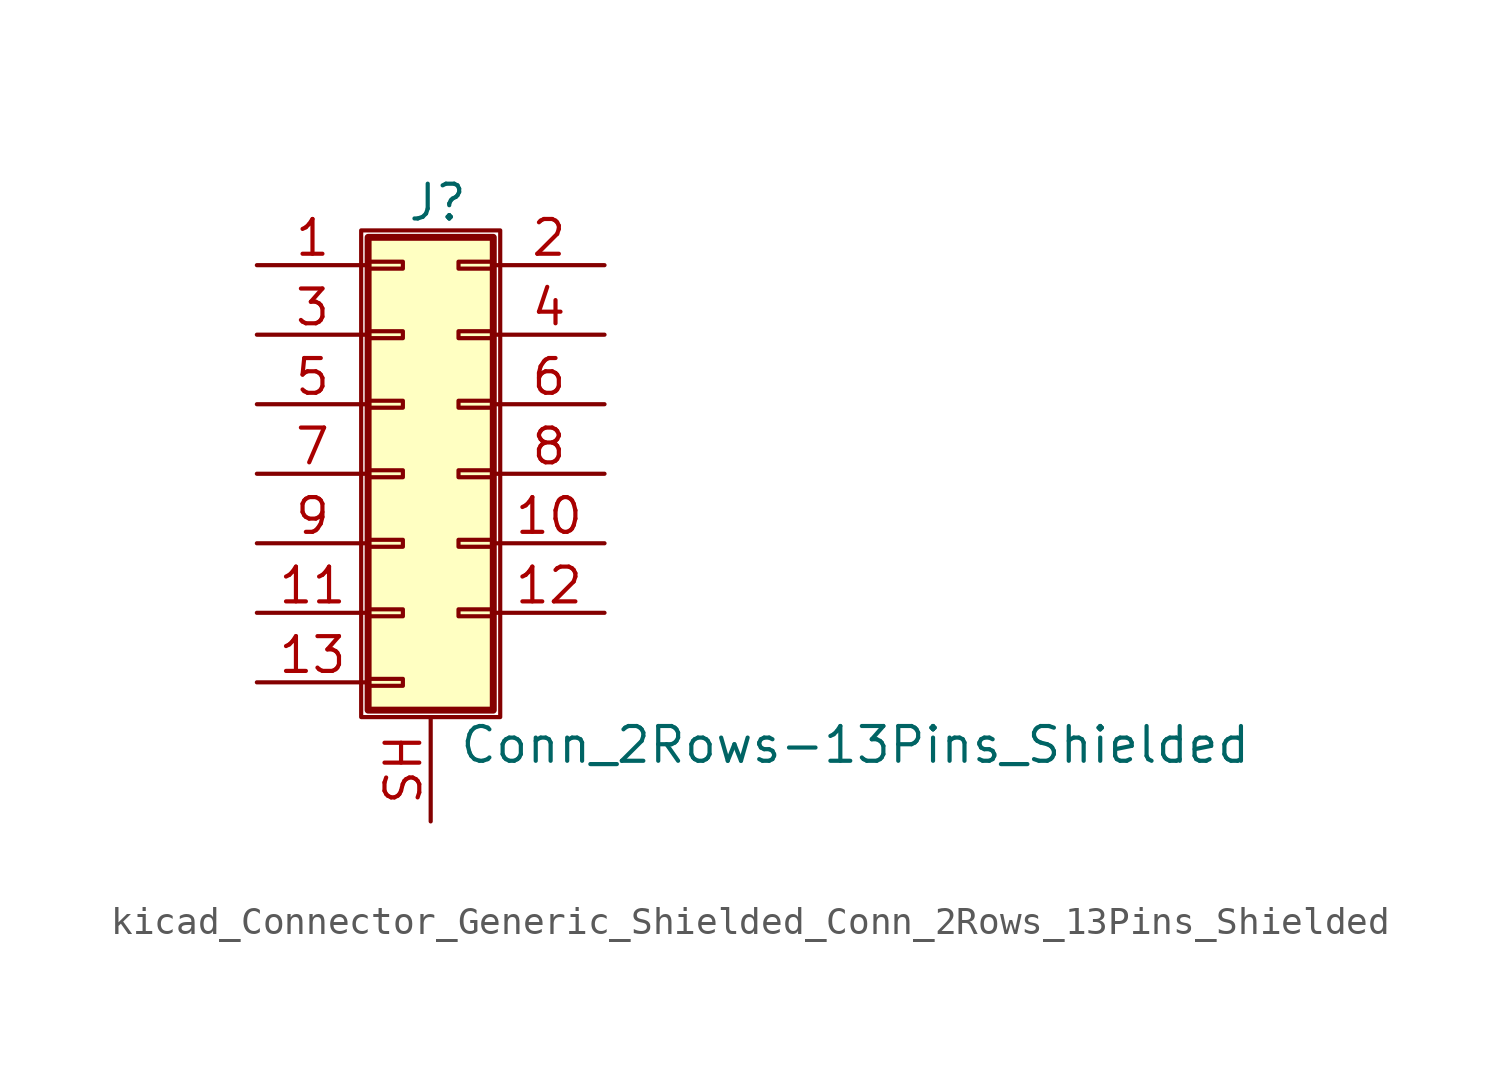
<source format=kicad_sym>
(kicad_symbol_lib
  (version 20220914)
  (generator kicad_symbol_editor)
  (symbol "kicad_Connector_Generic_Shielded_Conn_2Rows_13Pins_Shielded"
    (pin_names
      (offset 1.016) hide)
    (property "Reference" "J"
      (at 1.524 9.906 0)
      (effects (font (size 1.27 1.27))))
    (property "Value" "Conn_2Rows-13Pins_Shielded"
      (at 2.286 -9.906 0)
      (effects (font (size 1.27 1.27)) (justify left)))
    (symbol "kicad_Connector_Generic_Shielded_Conn_2Rows_13Pins_Shielded_1_1"
      (rectangle (start -1.27 8.89) (end 3.81 -8.89) (stroke (width 0.152) (type default)) (fill (type none)))
      (rectangle (start -1.016 -7.493) (end 0.254 -7.747) (stroke (width 0.152) (type default)) (fill (type none)))
      (rectangle (start -1.016 -4.953) (end 0.254 -5.207) (stroke (width 0.152) (type default)) (fill (type none)))
      (rectangle (start -1.016 -2.413) (end 0.254 -2.667) (stroke (width 0.152) (type default)) (fill (type none)))
      (rectangle (start -1.016 0.127) (end 0.254 -0.127) (stroke (width 0.152) (type default)) (fill (type none)))
      (rectangle (start -1.016 2.667) (end 0.254 2.413) (stroke (width 0.152) (type default)) (fill (type none)))
      (rectangle (start -1.016 5.207) (end 0.254 4.953) (stroke (width 0.152) (type default)) (fill (type none)))
      (rectangle (start -1.016 7.747) (end 0.254 7.493) (stroke (width 0.152) (type default)) (fill (type none)))
      (rectangle (start -1.016 8.636) (end 3.556 -8.636) (stroke (width 0.254) (type default)) (fill (type background)))
      (rectangle (start 3.556 -4.953) (end 2.286 -5.207) (stroke (width 0.152) (type default)) (fill (type none)))
      (rectangle (start 3.556 -2.413) (end 2.286 -2.667) (stroke (width 0.152) (type default)) (fill (type none)))
      (rectangle (start 3.556 0.127) (end 2.286 -0.127) (stroke (width 0.152) (type default)) (fill (type none)))
      (rectangle (start 3.556 2.667) (end 2.286 2.413) (stroke (width 0.152) (type default)) (fill (type none)))
      (rectangle (start 3.556 5.207) (end 2.286 4.953) (stroke (width 0.152) (type default)) (fill (type none)))
      (rectangle (start 3.556 7.747) (end 2.286 7.493) (stroke (width 0.152) (type default)) (fill (type none)))
      (pin passive line (at -5.08 7.62 0) (length 4.064) (name "Pin_1" (effects (font (size 1.27 1.27)))) (number "1" (effects (font (size 1.27 1.27)))))
      (pin passive line (at 7.62 -2.54 180) (length 4.064) (name "Pin_10" (effects (font (size 1.27 1.27)))) (number "10" (effects (font (size 1.27 1.27)))))
      (pin passive line (at -5.08 -5.08 0) (length 4.064) (name "Pin_11" (effects (font (size 1.27 1.27)))) (number "11" (effects (font (size 1.27 1.27)))))
      (pin passive line (at 7.62 -5.08 180) (length 4.064) (name "Pin_12" (effects (font (size 1.27 1.27)))) (number "12" (effects (font (size 1.27 1.27)))))
      (pin passive line (at -5.08 -7.62 0) (length 4.064) (name "Pin_13" (effects (font (size 1.27 1.27)))) (number "13" (effects (font (size 1.27 1.27)))))
      (pin passive line (at 7.62 7.62 180) (length 4.064) (name "Pin_2" (effects (font (size 1.27 1.27)))) (number "2" (effects (font (size 1.27 1.27)))))
      (pin passive line (at -5.08 5.08 0) (length 4.064) (name "Pin_3" (effects (font (size 1.27 1.27)))) (number "3" (effects (font (size 1.27 1.27)))))
      (pin passive line (at 7.62 5.08 180) (length 4.064) (name "Pin_4" (effects (font (size 1.27 1.27)))) (number "4" (effects (font (size 1.27 1.27)))))
      (pin passive line (at -5.08 2.54 0) (length 4.064) (name "Pin_5" (effects (font (size 1.27 1.27)))) (number "5" (effects (font (size 1.27 1.27)))))
      (pin passive line (at 7.62 2.54 180) (length 4.064) (name "Pin_6" (effects (font (size 1.27 1.27)))) (number "6" (effects (font (size 1.27 1.27)))))
      (pin passive line (at -5.08 0 0) (length 4.064) (name "Pin_7" (effects (font (size 1.27 1.27)))) (number "7" (effects (font (size 1.27 1.27)))))
      (pin passive line (at 7.62 0 180) (length 4.064) (name "Pin_8" (effects (font (size 1.27 1.27)))) (number "8" (effects (font (size 1.27 1.27)))))
      (pin passive line (at -5.08 -2.54 0) (length 4.064) (name "Pin_9" (effects (font (size 1.27 1.27)))) (number "9" (effects (font (size 1.27 1.27)))))
      (pin passive line (at 1.27 -12.7 90) (length 3.81) (name "Shield" (effects (font (size 1.27 1.27)))) (number "SH" (effects (font (size 1.27 1.27))))))))
</source>
